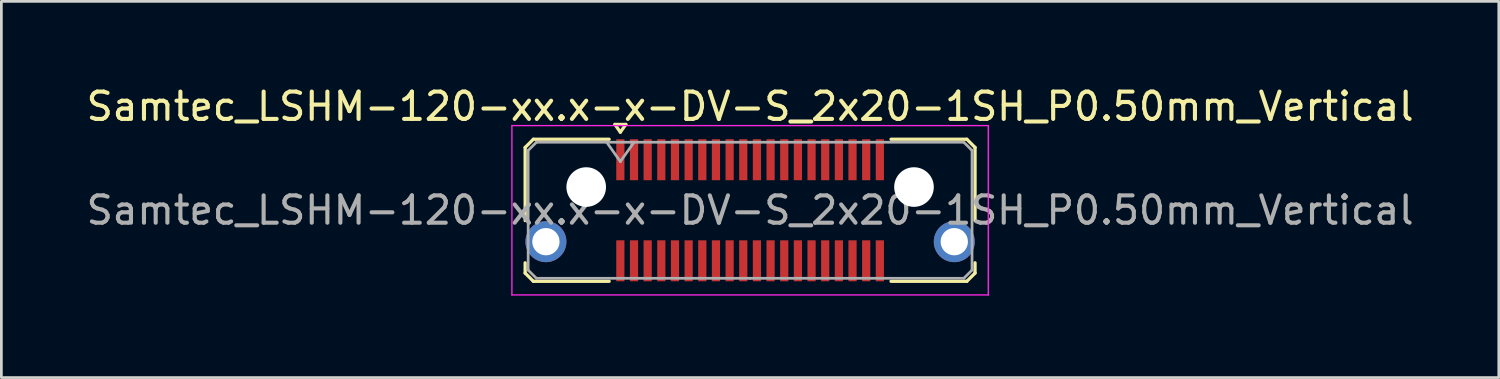
<source format=kicad_pcb>
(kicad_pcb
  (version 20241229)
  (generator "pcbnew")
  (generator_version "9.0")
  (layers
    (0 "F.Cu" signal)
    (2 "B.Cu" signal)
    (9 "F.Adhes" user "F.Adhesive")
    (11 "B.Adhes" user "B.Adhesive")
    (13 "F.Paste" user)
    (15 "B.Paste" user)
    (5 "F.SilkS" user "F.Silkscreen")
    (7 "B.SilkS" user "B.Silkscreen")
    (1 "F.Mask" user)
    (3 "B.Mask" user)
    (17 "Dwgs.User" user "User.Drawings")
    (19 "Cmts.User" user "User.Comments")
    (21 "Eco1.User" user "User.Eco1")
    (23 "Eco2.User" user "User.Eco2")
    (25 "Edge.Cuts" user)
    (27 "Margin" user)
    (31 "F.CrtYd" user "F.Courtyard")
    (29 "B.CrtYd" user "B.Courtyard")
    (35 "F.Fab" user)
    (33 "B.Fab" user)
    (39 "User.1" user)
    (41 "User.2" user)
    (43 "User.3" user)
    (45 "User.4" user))
  (footprint "Samtec_LSHM-120-xx.x-x-DV-S_2x20-1SH_P0.50mm_Vertical"
    (layer "F.Cu")
    (at 24.411 4.648)
    (property "Reference" "Samtec_LSHM-120-xx.x-x-DV-S_2x20-1SH_P0.50mm_Vertical" (at 0 -3.8 0) (layer "F.SilkS") (effects (font (size 1 1) (thickness 0.15))))
    (attr smd)
    (fp_line (start -8.235 -2.3) (end -8.235 0.377) (stroke (width 0.12) (type solid)) (layer "F.SilkS"))
    (fp_line (start -8.235 1.923) (end -8.235 2.3) (stroke (width 0.12) (type solid)) (layer "F.SilkS"))
    (fp_line (start -8.235 2.3) (end -7.935 2.6) (stroke (width 0.12) (type solid)) (layer "F.SilkS"))
    (fp_line (start -7.935 -2.6) (end -8.235 -2.3) (stroke (width 0.12) (type solid)) (layer "F.SilkS"))
    (fp_line (start -7.935 2.6) (end -5.16 2.6) (stroke (width 0.12) (type solid)) (layer "F.SilkS"))
    (fp_line (start -5.16 -2.6) (end -7.935 -2.6) (stroke (width 0.12) (type solid)) (layer "F.SilkS"))
    (fp_line (start -4.95 -3.143) (end -4.55 -3.143) (stroke (width 0.12) (type solid)) (layer "F.SilkS"))
    (fp_line (start -4.75 -2.86) (end -4.95 -3.143) (stroke (width 0.12) (type solid)) (layer "F.SilkS"))
    (fp_line (start -4.55 -3.143) (end -4.75 -2.86) (stroke (width 0.12) (type solid)) (layer "F.SilkS"))
    (fp_line (start 5.16 -2.6) (end 7.935 -2.6) (stroke (width 0.12) (type solid)) (layer "F.SilkS"))
    (fp_line (start 7.935 -2.6) (end 8.235 -2.3) (stroke (width 0.12) (type solid)) (layer "F.SilkS"))
    (fp_line (start 7.935 2.6) (end 5.16 2.6) (stroke (width 0.12) (type solid)) (layer "F.SilkS"))
    (fp_line (start 8.235 -2.3) (end 8.235 0.377) (stroke (width 0.12) (type solid)) (layer "F.SilkS"))
    (fp_line (start 8.235 1.923) (end 8.235 2.3) (stroke (width 0.12) (type solid)) (layer "F.SilkS"))
    (fp_line (start 8.235 2.3) (end 7.935 2.6) (stroke (width 0.12) (type solid)) (layer "F.SilkS"))
    (fp_line (start -8.72 -3.1) (end -8.72 3.1) (stroke (width 0.05) (type solid)) (layer "F.CrtYd"))
    (fp_line (start -8.72 3.1) (end 8.72 3.1) (stroke (width 0.05) (type solid)) (layer "F.CrtYd"))
    (fp_line (start 8.72 -3.1) (end -8.72 -3.1) (stroke (width 0.05) (type solid)) (layer "F.CrtYd"))
    (fp_line (start 8.72 3.1) (end 8.72 -3.1) (stroke (width 0.05) (type solid)) (layer "F.CrtYd"))
    (fp_line (start -8.125 -2.19) (end -8.125 2.19) (stroke (width 0.1) (type solid)) (layer "F.Fab"))
    (fp_line (start -8.125 2.19) (end -7.825 2.49) (stroke (width 0.1) (type solid)) (layer "F.Fab"))
    (fp_line (start -7.825 -2.49) (end -8.125 -2.19) (stroke (width 0.1) (type solid)) (layer "F.Fab"))
    (fp_line (start -7.825 2.49) (end 0 2.49) (stroke (width 0.1) (type solid)) (layer "F.Fab"))
    (fp_line (start -5.25 -2.49) (end -4.75 -1.783) (stroke (width 0.1) (type solid)) (layer "F.Fab"))
    (fp_line (start -4.75 -1.783) (end -4.25 -2.49) (stroke (width 0.1) (type solid)) (layer "F.Fab"))
    (fp_line (start 0 -2.49) (end -7.825 -2.49) (stroke (width 0.1) (type solid)) (layer "F.Fab"))
    (fp_line (start 0 -2.49) (end 7.825 -2.49) (stroke (width 0.1) (type solid)) (layer "F.Fab"))
    (fp_line (start 7.825 -2.49) (end 8.125 -2.19) (stroke (width 0.1) (type solid)) (layer "F.Fab"))
    (fp_line (start 7.825 2.49) (end 0 2.49) (stroke (width 0.1) (type solid)) (layer "F.Fab"))
    (fp_line (start 8.125 -2.19) (end 8.125 2.19) (stroke (width 0.1) (type solid)) (layer "F.Fab"))
    (fp_line (start 8.125 2.19) (end 7.825 2.49) (stroke (width 0.1) (type solid)) (layer "F.Fab"))
    (fp_text user "${REFERENCE}" (at 0 0 0) (layer "F.Fab") (effects (font (size 1 1) (thickness 0.15))))
    (pad "" np_thru_hole circle (at -6 -0.85) (size 1.45 1.45) (drill 1.45) (layers "*.Cu" "*.Mask"))
    (pad "" np_thru_hole circle (at 6 -0.85) (size 1.45 1.45) (drill 1.45) (layers "*.Cu" "*.Mask"))
    (pad "1" smd rect (at -4.75 -1.85) (size 0.3 1.5) (layers "F.Cu" "F.Mask" "F.Paste"))
    (pad "2" smd rect (at -4.75 1.85) (size 0.3 1.5) (layers "F.Cu" "F.Mask" "F.Paste"))
    (pad "3" smd rect (at -4.25 -1.85) (size 0.3 1.5) (layers "F.Cu" "F.Mask" "F.Paste"))
    (pad "4" smd rect (at -4.25 1.85) (size 0.3 1.5) (layers "F.Cu" "F.Mask" "F.Paste"))
    (pad "5" smd rect (at -3.75 -1.85) (size 0.3 1.5) (layers "F.Cu" "F.Mask" "F.Paste"))
    (pad "6" smd rect (at -3.75 1.85) (size 0.3 1.5) (layers "F.Cu" "F.Mask" "F.Paste"))
    (pad "7" smd rect (at -3.25 -1.85) (size 0.3 1.5) (layers "F.Cu" "F.Mask" "F.Paste"))
    (pad "8" smd rect (at -3.25 1.85) (size 0.3 1.5) (layers "F.Cu" "F.Mask" "F.Paste"))
    (pad "9" smd rect (at -2.75 -1.85) (size 0.3 1.5) (layers "F.Cu" "F.Mask" "F.Paste"))
    (pad "10" smd rect (at -2.75 1.85) (size 0.3 1.5) (layers "F.Cu" "F.Mask" "F.Paste"))
    (pad "11" smd rect (at -2.25 -1.85) (size 0.3 1.5) (layers "F.Cu" "F.Mask" "F.Paste"))
    (pad "12" smd rect (at -2.25 1.85) (size 0.3 1.5) (layers "F.Cu" "F.Mask" "F.Paste"))
    (pad "13" smd rect (at -1.75 -1.85) (size 0.3 1.5) (layers "F.Cu" "F.Mask" "F.Paste"))
    (pad "14" smd rect (at -1.75 1.85) (size 0.3 1.5) (layers "F.Cu" "F.Mask" "F.Paste"))
    (pad "15" smd rect (at -1.25 -1.85) (size 0.3 1.5) (layers "F.Cu" "F.Mask" "F.Paste"))
    (pad "16" smd rect (at -1.25 1.85) (size 0.3 1.5) (layers "F.Cu" "F.Mask" "F.Paste"))
    (pad "17" smd rect (at -0.75 -1.85) (size 0.3 1.5) (layers "F.Cu" "F.Mask" "F.Paste"))
    (pad "18" smd rect (at -0.75 1.85) (size 0.3 1.5) (layers "F.Cu" "F.Mask" "F.Paste"))
    (pad "19" smd rect (at -0.25 -1.85) (size 0.3 1.5) (layers "F.Cu" "F.Mask" "F.Paste"))
    (pad "20" smd rect (at -0.25 1.85) (size 0.3 1.5) (layers "F.Cu" "F.Mask" "F.Paste"))
    (pad "21" smd rect (at 0.25 -1.85) (size 0.3 1.5) (layers "F.Cu" "F.Mask" "F.Paste"))
    (pad "22" smd rect (at 0.25 1.85) (size 0.3 1.5) (layers "F.Cu" "F.Mask" "F.Paste"))
    (pad "23" smd rect (at 0.75 -1.85) (size 0.3 1.5) (layers "F.Cu" "F.Mask" "F.Paste"))
    (pad "24" smd rect (at 0.75 1.85) (size 0.3 1.5) (layers "F.Cu" "F.Mask" "F.Paste"))
    (pad "25" smd rect (at 1.25 -1.85) (size 0.3 1.5) (layers "F.Cu" "F.Mask" "F.Paste"))
    (pad "26" smd rect (at 1.25 1.85) (size 0.3 1.5) (layers "F.Cu" "F.Mask" "F.Paste"))
    (pad "27" smd rect (at 1.75 -1.85) (size 0.3 1.5) (layers "F.Cu" "F.Mask" "F.Paste"))
    (pad "28" smd rect (at 1.75 1.85) (size 0.3 1.5) (layers "F.Cu" "F.Mask" "F.Paste"))
    (pad "29" smd rect (at 2.25 -1.85) (size 0.3 1.5) (layers "F.Cu" "F.Mask" "F.Paste"))
    (pad "30" smd rect (at 2.25 1.85) (size 0.3 1.5) (layers "F.Cu" "F.Mask" "F.Paste"))
    (pad "31" smd rect (at 2.75 -1.85) (size 0.3 1.5) (layers "F.Cu" "F.Mask" "F.Paste"))
    (pad "32" smd rect (at 2.75 1.85) (size 0.3 1.5) (layers "F.Cu" "F.Mask" "F.Paste"))
    (pad "33" smd rect (at 3.25 -1.85) (size 0.3 1.5) (layers "F.Cu" "F.Mask" "F.Paste"))
    (pad "34" smd rect (at 3.25 1.85) (size 0.3 1.5) (layers "F.Cu" "F.Mask" "F.Paste"))
    (pad "35" smd rect (at 3.75 -1.85) (size 0.3 1.5) (layers "F.Cu" "F.Mask" "F.Paste"))
    (pad "36" smd rect (at 3.75 1.85) (size 0.3 1.5) (layers "F.Cu" "F.Mask" "F.Paste"))
    (pad "37" smd rect (at 4.25 -1.85) (size 0.3 1.5) (layers "F.Cu" "F.Mask" "F.Paste"))
    (pad "38" smd rect (at 4.25 1.85) (size 0.3 1.5) (layers "F.Cu" "F.Mask" "F.Paste"))
    (pad "39" smd rect (at 4.75 -1.85) (size 0.3 1.5) (layers "F.Cu" "F.Mask" "F.Paste"))
    (pad "40" smd rect (at 4.75 1.85) (size 0.3 1.5) (layers "F.Cu" "F.Mask" "F.Paste"))
    (pad "SH" thru_hole circle (at -7.475 1.15) (size 1.5 1.5) (drill 1) (layers "*.Cu" "*.Mask"))
    (pad "SH" thru_hole circle (at 7.475 1.15) (size 1.5 1.5) (drill 1) (layers "*.Cu" "*.Mask")))
  (gr_rect
    (start -3 -3)
    (end 51.821 10.773)
    (stroke (width 0.1) (type default))
    (fill no)
    (layer "Edge.Cuts")))
</source>
